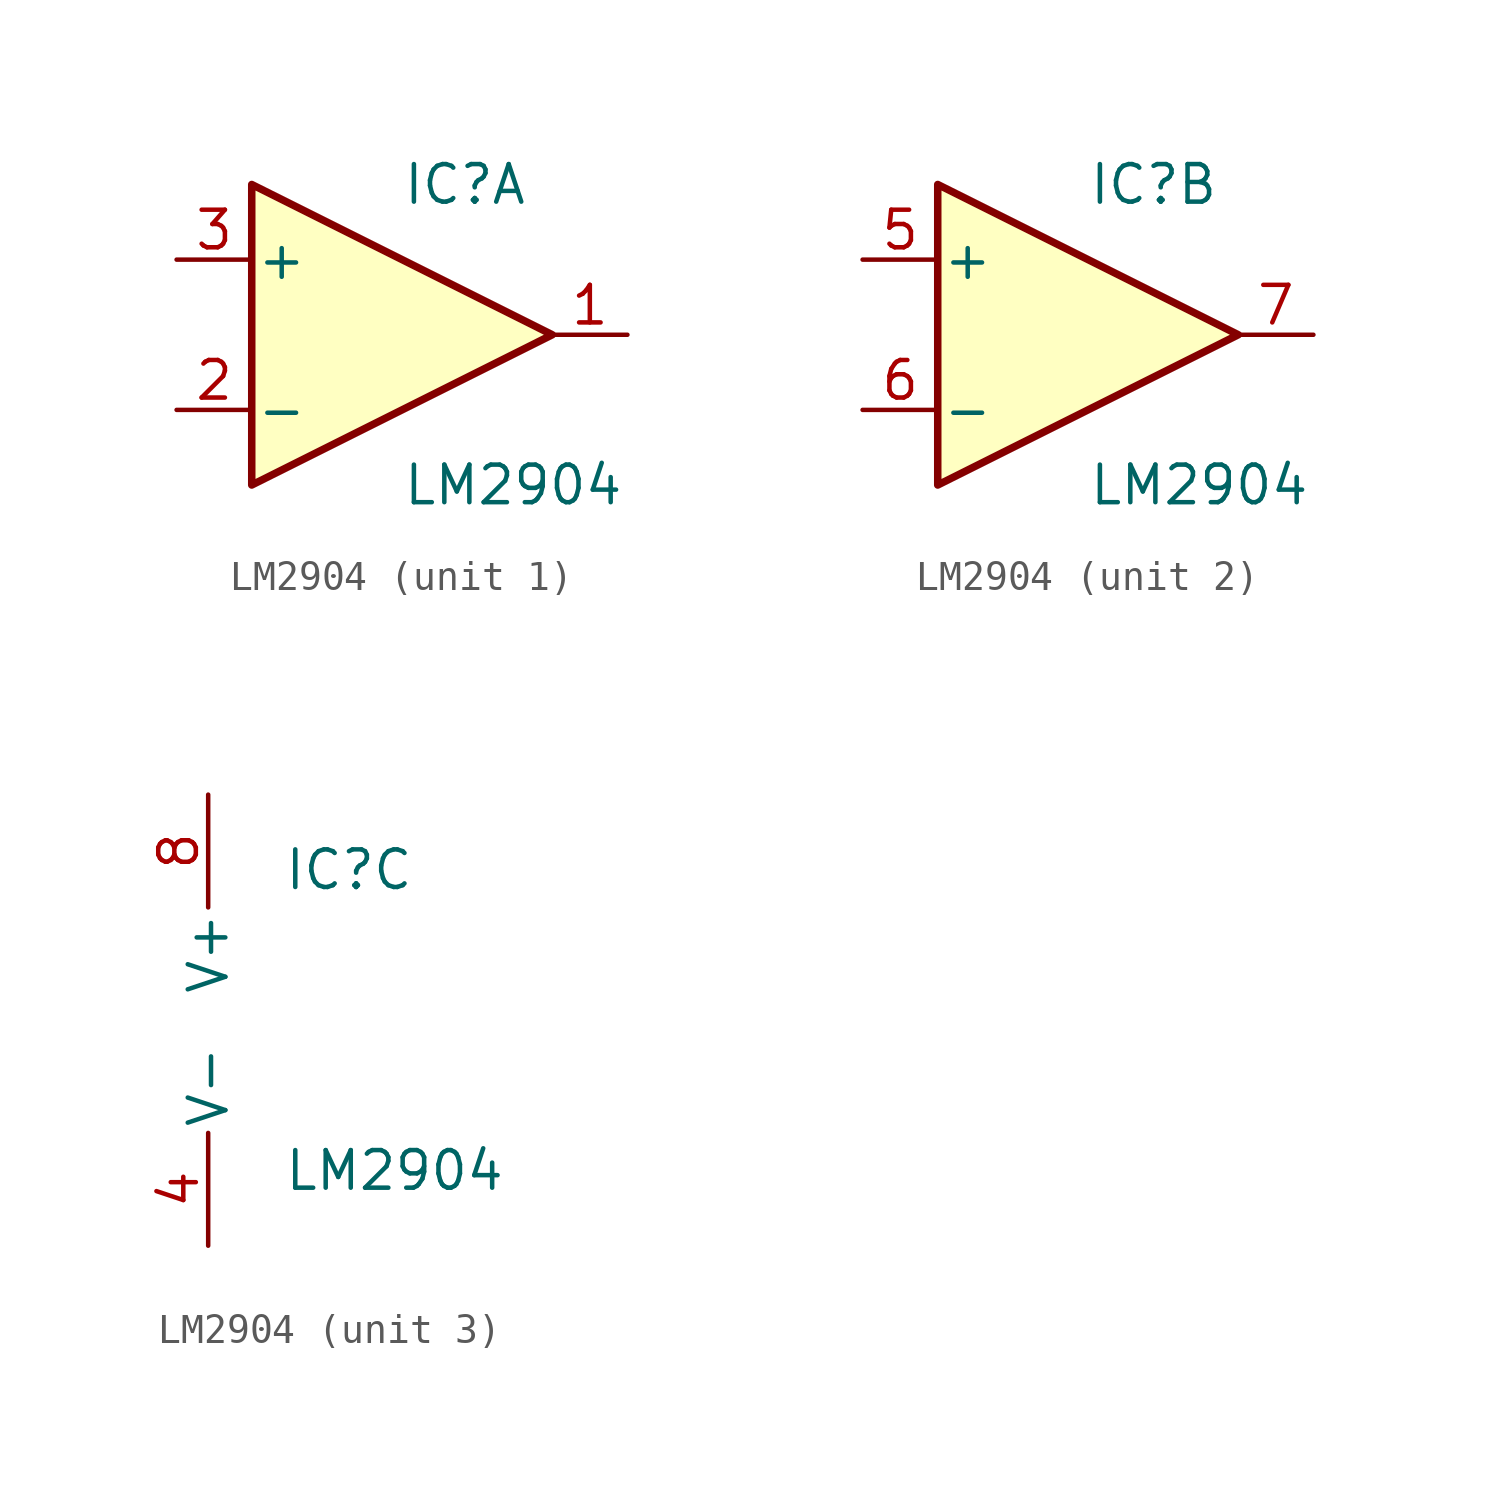
<source format=kicad_sym>
(kicad_symbol_lib
  (version 20211014)
  (generator kicad_symbol_editor)
  (symbol "LM2904"
    (pin_names
      (offset 0.127))
    (property "Reference" "IC"
      (at 0 5.08 0)
      (effects (font (size 1.27 1.27)) (justify left)))
    (property "Value" "LM2904"
      (at 0 -5.08 0)
      (effects (font (size 1.27 1.27)) (justify left)))
    (property "ki_locked" ""
      (at 0 0 0)
      (effects (font (size 1.27 1.27))))
    (symbol "LM2904_1_1"
      (polyline (pts (xy -5.08 5.08) (xy 5.08 0) (xy -5.08 -5.08) (xy -5.08 5.08)) (stroke (width 0.254) (type default) (color 0 0 0 0)) (fill (type background)))
      (pin output line (at 7.62 0 180) (length 2.54) (name "~" (effects (font (size 1.27 1.27)))) (number "1" (effects (font (size 1.27 1.27)))))
      (pin input line (at -7.62 -2.54 0) (length 2.54) (name "-" (effects (font (size 1.27 1.27)))) (number "2" (effects (font (size 1.27 1.27)))))
      (pin input line (at -7.62 2.54 0) (length 2.54) (name "+" (effects (font (size 1.27 1.27)))) (number "3" (effects (font (size 1.27 1.27))))))
    (symbol "LM2904_2_1"
      (polyline (pts (xy -5.08 5.08) (xy 5.08 0) (xy -5.08 -5.08) (xy -5.08 5.08)) (stroke (width 0.254) (type default) (color 0 0 0 0)) (fill (type background)))
      (pin input line (at -7.62 2.54 0) (length 2.54) (name "+" (effects (font (size 1.27 1.27)))) (number "5" (effects (font (size 1.27 1.27)))))
      (pin input line (at -7.62 -2.54 0) (length 2.54) (name "-" (effects (font (size 1.27 1.27)))) (number "6" (effects (font (size 1.27 1.27)))))
      (pin output line (at 7.62 0 180) (length 2.54) (name "~" (effects (font (size 1.27 1.27)))) (number "7" (effects (font (size 1.27 1.27))))))
    (symbol "LM2904_3_1"
      (pin power_in line (at -2.54 -7.62 90) (length 3.81) (name "V-" (effects (font (size 1.27 1.27)))) (number "4" (effects (font (size 1.27 1.27)))))
      (pin power_in line (at -2.54 7.62 270) (length 3.81) (name "V+" (effects (font (size 1.27 1.27)))) (number "8" (effects (font (size 1.27 1.27))))))))
</source>
